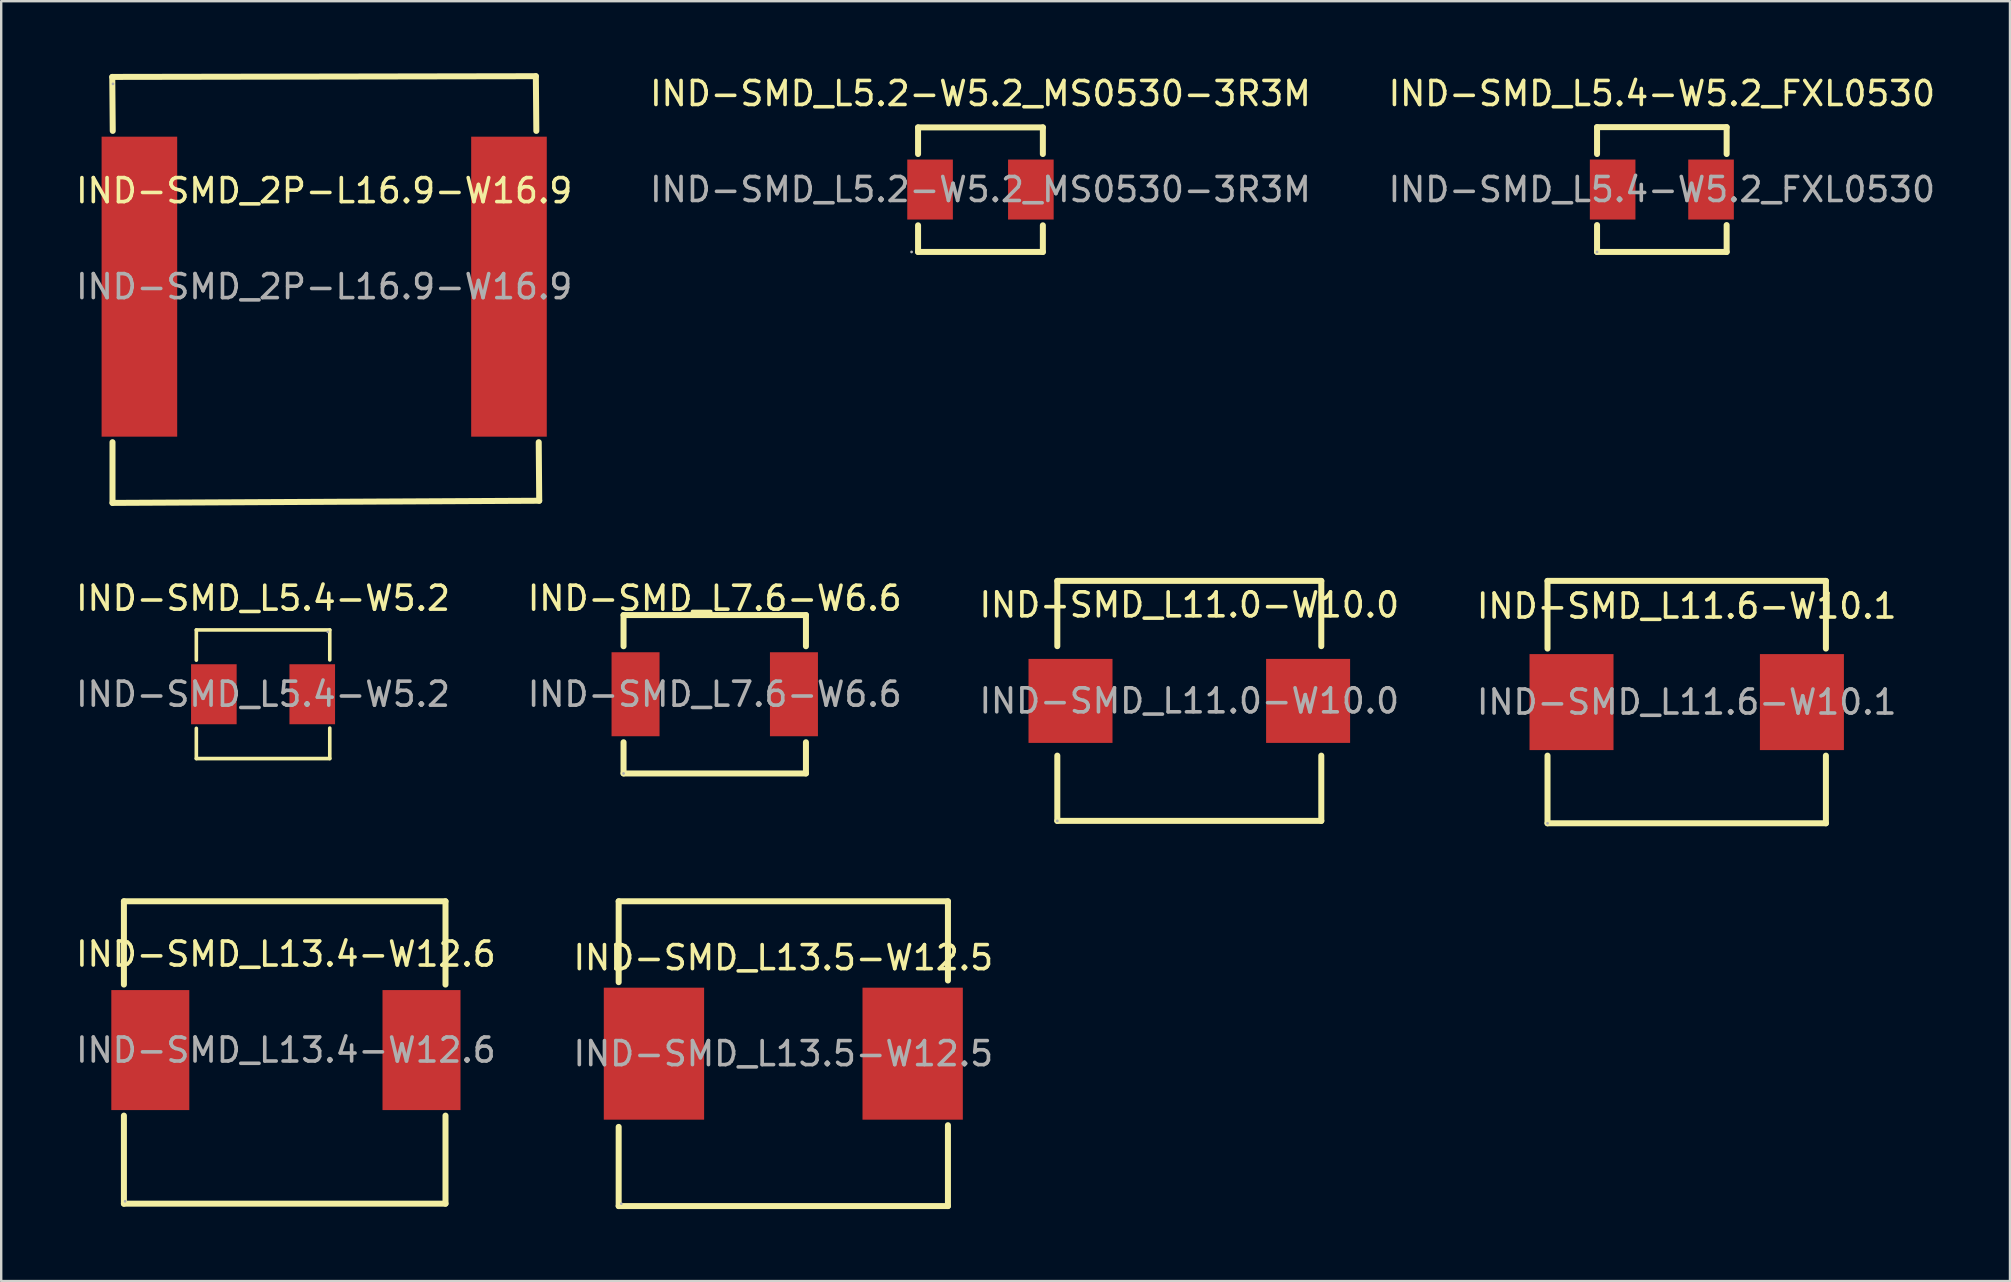
<source format=kicad_pcb>
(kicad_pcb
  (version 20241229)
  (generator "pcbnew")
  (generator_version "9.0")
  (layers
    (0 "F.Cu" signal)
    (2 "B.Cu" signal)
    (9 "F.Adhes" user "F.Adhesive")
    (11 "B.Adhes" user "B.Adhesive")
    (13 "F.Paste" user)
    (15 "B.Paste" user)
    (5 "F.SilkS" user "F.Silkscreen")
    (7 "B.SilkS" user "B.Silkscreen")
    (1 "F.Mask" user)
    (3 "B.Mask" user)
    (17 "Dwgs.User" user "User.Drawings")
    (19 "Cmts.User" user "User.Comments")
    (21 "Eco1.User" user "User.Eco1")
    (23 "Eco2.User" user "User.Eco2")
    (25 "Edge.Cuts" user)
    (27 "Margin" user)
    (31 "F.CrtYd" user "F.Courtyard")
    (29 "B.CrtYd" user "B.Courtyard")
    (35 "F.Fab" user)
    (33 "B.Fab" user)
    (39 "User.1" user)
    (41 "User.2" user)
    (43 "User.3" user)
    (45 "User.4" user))
  (footprint "IND-SMD_L5.4-W5.2"
    (layer "F.Cu")
    (at 7.911 25.878)
    (property "Reference" "IND-SMD_L5.4-W5.2" (at 0 -4 0) (layer "F.SilkS") (effects (font (size 1 1) (thickness 0.15))))
    (attr through_hole)
    (fp_line (start -2.78 -2.68) (end 2.78 -2.68) (stroke (width 0.15) (type solid)) (layer "F.SilkS"))
    (fp_line (start -2.78 -1.42) (end -2.78 -2.68) (stroke (width 0.15) (type solid)) (layer "F.SilkS"))
    (fp_line (start -2.78 1.42) (end -2.78 2.68) (stroke (width 0.15) (type solid)) (layer "F.SilkS"))
    (fp_line (start -2.78 2.68) (end 2.78 2.68) (stroke (width 0.15) (type solid)) (layer "F.SilkS"))
    (fp_line (start 2.78 -2.68) (end 2.78 -1.43) (stroke (width 0.15) (type solid)) (layer "F.SilkS"))
    (fp_line (start 2.78 2.68) (end 2.78 1.41) (stroke (width 0.15) (type solid)) (layer "F.SilkS"))
    (fp_circle (center 2.7 -2.6) (end 2.73 -2.6) (stroke (width 0.06) (type solid)) (fill no) (layer "F.Fab"))
    (fp_text user "${REFERENCE}" (at 0 0 0) (layer "F.Fab") (effects (font (size 1 1) (thickness 0.15))))
    (pad "1" smd rect (at 2.05 0) (size 1.9 2.5) (layers "F.Cu" "F.Mask" "F.Paste"))
    (pad "2" smd rect (at -2.05 0) (size 1.9 2.5) (layers "F.Cu" "F.Mask" "F.Paste")))
  (footprint "IND-SMD_L13.5-W12.5"
    (layer "F.Cu")
    (at 29.589 40.855)
    (property "Reference" "IND-SMD_L13.5-W12.5" (at 0 -4 0) (layer "F.SilkS") (effects (font (size 1 1) (thickness 0.15))))
    (attr through_hole)
    (fp_line (start -6.86 -6.35) (end 6.86 -6.35) (stroke (width 0.25) (type solid)) (layer "F.SilkS"))
    (fp_line (start -6.86 -2.98) (end -6.86 -6.35) (stroke (width 0.25) (type solid)) (layer "F.SilkS"))
    (fp_line (start -6.86 6.35) (end -6.86 3.05) (stroke (width 0.25) (type solid)) (layer "F.SilkS"))
    (fp_line (start 6.86 -6.35) (end 6.86 -3.05) (stroke (width 0.25) (type solid)) (layer "F.SilkS"))
    (fp_line (start 6.86 2.98) (end 6.86 6.35) (stroke (width 0.25) (type solid)) (layer "F.SilkS"))
    (fp_line (start 6.86 6.35) (end -6.86 6.35) (stroke (width 0.25) (type solid)) (layer "F.SilkS"))
    (fp_circle (center -6.75 6.25) (end -6.72 6.25) (stroke (width 0.06) (type solid)) (fill no) (layer "F.Fab"))
    (fp_text user "${REFERENCE}" (at 0 0 0) (layer "F.Fab") (effects (font (size 1 1) (thickness 0.15))))
    (pad "1" smd rect (at -5.39 0) (size 4.18 5.5) (layers "F.Cu" "F.Mask" "F.Paste"))
    (pad "2" smd rect (at 5.39 0) (size 4.18 5.5) (layers "F.Cu" "F.Mask" "F.Paste")))
  (footprint "IND-SMD_L7.6-W6.6"
    (layer "F.Cu")
    (at 26.732 25.878)
    (property "Reference" "IND-SMD_L7.6-W6.6" (at 0 -4 0) (layer "F.SilkS") (effects (font (size 1 1) (thickness 0.15))))
    (attr smd)
    (fp_line (start -3.8 -3.3) (end -3.8 -2) (stroke (width 0.25) (type solid)) (layer "F.SilkS"))
    (fp_line (start -3.8 -3.3) (end 3.8 -3.3) (stroke (width 0.25) (type solid)) (layer "F.SilkS"))
    (fp_line (start -3.8 2) (end -3.8 3.3) (stroke (width 0.25) (type solid)) (layer "F.SilkS"))
    (fp_line (start 3.8 -3.3) (end 3.8 -2) (stroke (width 0.25) (type solid)) (layer "F.SilkS"))
    (fp_line (start 3.8 2) (end 3.8 3.3) (stroke (width 0.25) (type solid)) (layer "F.SilkS"))
    (fp_line (start 3.8 3.3) (end -3.8 3.3) (stroke (width 0.25) (type solid)) (layer "F.SilkS"))
    (fp_circle (center -3.8 3.3) (end -3.77 3.3) (stroke (width 0.06) (type solid)) (fill no) (layer "F.Fab"))
    (fp_text user "${REFERENCE}" (at 0 0 0) (layer "F.Fab") (effects (font (size 1 1) (thickness 0.15))))
    (pad "1" smd rect (at -3.3 0) (size 2 3.5) (layers "F.Cu" "F.Mask" "F.Paste"))
    (pad "2" smd rect (at 3.3 0) (size 2 3.5) (layers "F.Cu" "F.Mask" "F.Paste")))
  (footprint "IND-SMD_L5.4-W5.2_FXL0530"
    (layer "F.Cu")
    (at 66.196 4.848)
    (property "Reference" "IND-SMD_L5.4-W5.2_FXL0530" (at 0 -4 0) (layer "F.SilkS") (effects (font (size 1 1) (thickness 0.15))))
    (attr smd)
    (fp_line (start -2.7 -2.6) (end -2.7 -1.48) (stroke (width 0.25) (type solid)) (layer "F.SilkS"))
    (fp_line (start -2.7 -2.6) (end 2.7 -2.6) (stroke (width 0.25) (type solid)) (layer "F.SilkS"))
    (fp_line (start -2.7 1.48) (end -2.7 2.6) (stroke (width 0.25) (type solid)) (layer "F.SilkS"))
    (fp_line (start 2.7 -1.48) (end 2.7 -2.6) (stroke (width 0.25) (type solid)) (layer "F.SilkS"))
    (fp_line (start 2.7 2.6) (end -2.7 2.6) (stroke (width 0.25) (type solid)) (layer "F.SilkS"))
    (fp_line (start 2.7 2.6) (end 2.7 1.48) (stroke (width 0.25) (type solid)) (layer "F.SilkS"))
    (fp_circle (center -2.7 2.6) (end -2.67 2.6) (stroke (width 0.06) (type solid)) (fill no) (layer "F.Fab"))
    (fp_text user "${REFERENCE}" (at 0 0 0) (layer "F.Fab") (effects (font (size 1 1) (thickness 0.15))))
    (pad "1" smd rect (at -2.05 0) (size 1.9 2.5) (layers "F.Cu" "F.Mask" "F.Paste"))
    (pad "2" smd rect (at 2.05 0) (size 1.9 2.5) (layers "F.Cu" "F.Mask" "F.Paste")))
  (footprint "IND-SMD_2P-L16.9-W16.9"
    (layer "F.Cu")
    (at 10.458 8.895)
    (property "Reference" "IND-SMD_2P-L16.9-W16.9" (at 0 -4 0) (layer "F.SilkS") (effects (font (size 1 1) (thickness 0.15))))
    (attr smd)
    (fp_line (start -8.83 -8.74) (end -8.81 -6.49) (stroke (width 0.25) (type solid)) (layer "F.SilkS"))
    (fp_line (start -8.82 6.48) (end -8.82 9.01) (stroke (width 0.25) (type solid)) (layer "F.SilkS"))
    (fp_line (start -8.82 9.01) (end 8.96 8.92) (stroke (width 0.25) (type solid)) (layer "F.SilkS"))
    (fp_line (start 8.82 -8.77) (end -8.83 -8.74) (stroke (width 0.25) (type solid)) (layer "F.SilkS"))
    (fp_line (start 8.84 -6.49) (end 8.82 -8.77) (stroke (width 0.25) (type solid)) (layer "F.SilkS"))
    (fp_line (start 8.96 8.92) (end 8.94 6.48) (stroke (width 0.25) (type solid)) (layer "F.SilkS"))
    (fp_circle (center -8.8 -8.45) (end -8.77 -8.45) (stroke (width 0.06) (type solid)) (fill no) (layer "F.Fab"))
    (fp_text user "${REFERENCE}" (at 0 0 0) (layer "F.Fab") (effects (font (size 1 1) (thickness 0.15))))
    (pad "1" smd rect (at -7.7 0) (size 3.15 12.5) (layers "F.Cu" "F.Mask" "F.Paste"))
    (pad "2" smd rect (at 7.7 0) (size 3.15 12.5) (layers "F.Cu" "F.Mask" "F.Paste")))
  (footprint "IND-SMD_L13.4-W12.6"
    (layer "F.Cu")
    (at 8.863 40.705)
    (property "Reference" "IND-SMD_L13.4-W12.6" (at 0 -4 0) (layer "F.SilkS") (effects (font (size 1 1) (thickness 0.15))))
    (attr smd)
    (fp_line (start -6.75 -6.2) (end 6.65 -6.2) (stroke (width 0.25) (type solid)) (layer "F.SilkS"))
    (fp_line (start -6.75 -2.73) (end -6.75 -6.2) (stroke (width 0.25) (type solid)) (layer "F.SilkS"))
    (fp_line (start -6.75 6.4) (end -6.75 2.73) (stroke (width 0.25) (type solid)) (layer "F.SilkS"))
    (fp_line (start -6.75 6.4) (end 6.65 6.4) (stroke (width 0.25) (type solid)) (layer "F.SilkS"))
    (fp_line (start 6.65 -6.2) (end 6.65 -2.73) (stroke (width 0.25) (type solid)) (layer "F.SilkS"))
    (fp_line (start 6.65 2.73) (end 6.65 6.4) (stroke (width 0.25) (type solid)) (layer "F.SilkS"))
    (fp_circle (center -6.7 6.3) (end -6.67 6.3) (stroke (width 0.06) (type solid)) (fill no) (layer "F.Fab"))
    (fp_text user "${REFERENCE}" (at 0 0 0) (layer "F.Fab") (effects (font (size 1 1) (thickness 0.15))))
    (pad "1" smd rect (at -5.65 0 90) (size 5 3.25) (layers "F.Cu" "F.Mask" "F.Paste"))
    (pad "2" smd rect (at 5.65 0 90) (size 5 3.25) (layers "F.Cu" "F.Mask" "F.Paste")))
  (footprint "IND-SMD_L11.6-W10.1"
    (layer "F.Cu")
    (at 67.232 26.205)
    (property "Reference" "IND-SMD_L11.6-W10.1" (at 0 -4 0) (layer "F.SilkS") (effects (font (size 1 1) (thickness 0.15))))
    (attr smd)
    (fp_line (start -5.8 -5.05) (end 5.8 -5.05) (stroke (width 0.25) (type solid)) (layer "F.SilkS"))
    (fp_line (start -5.8 -2.23) (end -5.8 -5.05) (stroke (width 0.25) (type solid)) (layer "F.SilkS"))
    (fp_line (start -5.8 5.05) (end -5.8 2.23) (stroke (width 0.25) (type solid)) (layer "F.SilkS"))
    (fp_line (start 5.8 -5.05) (end 5.8 -2.23) (stroke (width 0.25) (type solid)) (layer "F.SilkS"))
    (fp_line (start 5.8 2.23) (end 5.8 5.05) (stroke (width 0.25) (type solid)) (layer "F.SilkS"))
    (fp_line (start 5.8 5.05) (end -5.8 5.05) (stroke (width 0.25) (type solid)) (layer "F.SilkS"))
    (fp_circle (center -5.8 5.05) (end -5.77 5.05) (stroke (width 0.06) (type solid)) (fill no) (layer "F.Fab"))
    (fp_text user "${REFERENCE}" (at 0 0 0) (layer "F.Fab") (effects (font (size 1 1) (thickness 0.15))))
    (pad "1" smd rect (at -4.8 0) (size 3.5 4) (layers "F.Cu" "F.Mask" "F.Paste"))
    (pad "2" smd rect (at 4.8 0) (size 3.5 4) (layers "F.Cu" "F.Mask" "F.Paste")))
  (footprint "IND-SMD_L5.2-W5.2_MS0530-3R3M"
    (layer "F.Cu")
    (at 37.804 4.848)
    (property "Reference" "IND-SMD_L5.2-W5.2_MS0530-3R3M" (at 0 -4 0) (layer "F.SilkS") (effects (font (size 1 1) (thickness 0.15))))
    (attr smd)
    (fp_line (start -2.6 -2.59) (end 2.6 -2.59) (stroke (width 0.25) (type solid)) (layer "F.SilkS"))
    (fp_line (start -2.6 -1.48) (end -2.6 -2.59) (stroke (width 0.25) (type solid)) (layer "F.SilkS"))
    (fp_line (start -2.6 2.6) (end -2.6 1.49) (stroke (width 0.25) (type solid)) (layer "F.SilkS"))
    (fp_line (start 2.6 -2.59) (end 2.6 -1.48) (stroke (width 0.25) (type solid)) (layer "F.SilkS"))
    (fp_line (start 2.6 1.49) (end 2.6 2.6) (stroke (width 0.25) (type solid)) (layer "F.SilkS"))
    (fp_line (start 2.6 2.6) (end -2.6 2.6) (stroke (width 0.25) (type solid)) (layer "F.SilkS"))
    (fp_circle (center -2.87 2.6) (end -2.84 2.6) (stroke (width 0.06) (type solid)) (fill no) (layer "F.Fab"))
    (fp_text user "${REFERENCE}" (at 0 0 0) (layer "F.Fab") (effects (font (size 1 1) (thickness 0.15))))
    (pad "1" smd rect (at -2.1 0) (size 1.9 2.5) (layers "F.Cu" "F.Mask" "F.Paste"))
    (pad "2" smd rect (at 2.1 0) (size 1.9 2.5) (layers "F.Cu" "F.Mask" "F.Paste")))
  (footprint "IND-SMD_L11.0-W10.0"
    (layer "F.Cu")
    (at 46.506 26.155)
    (property "Reference" "IND-SMD_L11.0-W10.0" (at 0 -4 0) (layer "F.SilkS") (effects (font (size 1 1) (thickness 0.15))))
    (attr smd)
    (fp_line (start -5.5 -5) (end 5.5 -5) (stroke (width 0.25) (type solid)) (layer "F.SilkS"))
    (fp_line (start -5.5 -2.28) (end -5.5 -5) (stroke (width 0.25) (type solid)) (layer "F.SilkS"))
    (fp_line (start -5.5 5) (end -5.5 2.28) (stroke (width 0.25) (type solid)) (layer "F.SilkS"))
    (fp_line (start -5.5 5) (end 5.5 5) (stroke (width 0.25) (type solid)) (layer "F.SilkS"))
    (fp_line (start 5.5 -2.28) (end 5.5 -5) (stroke (width 0.25) (type solid)) (layer "F.SilkS"))
    (fp_line (start 5.5 5) (end 5.5 2.28) (stroke (width 0.25) (type solid)) (layer "F.SilkS"))
    (fp_circle (center -5.5 5) (end -5.47 5) (stroke (width 0.06) (type solid)) (fill no) (layer "F.Fab"))
    (fp_text user "${REFERENCE}" (at 0 0 0) (layer "F.Fab") (effects (font (size 1 1) (thickness 0.15))))
    (pad "1" smd rect (at -4.95 0 90) (size 3.5 3.5) (layers "F.Cu" "F.Mask" "F.Paste"))
    (pad "2" smd rect (at 4.95 0 270) (size 3.5 3.5) (layers "F.Cu" "F.Mask" "F.Paste")))
  (gr_rect
    (start -3 -3)
    (end 80.702 50.33)
    (stroke (width 0.1) (type default))
    (fill no)
    (layer "Edge.Cuts")))
</source>
